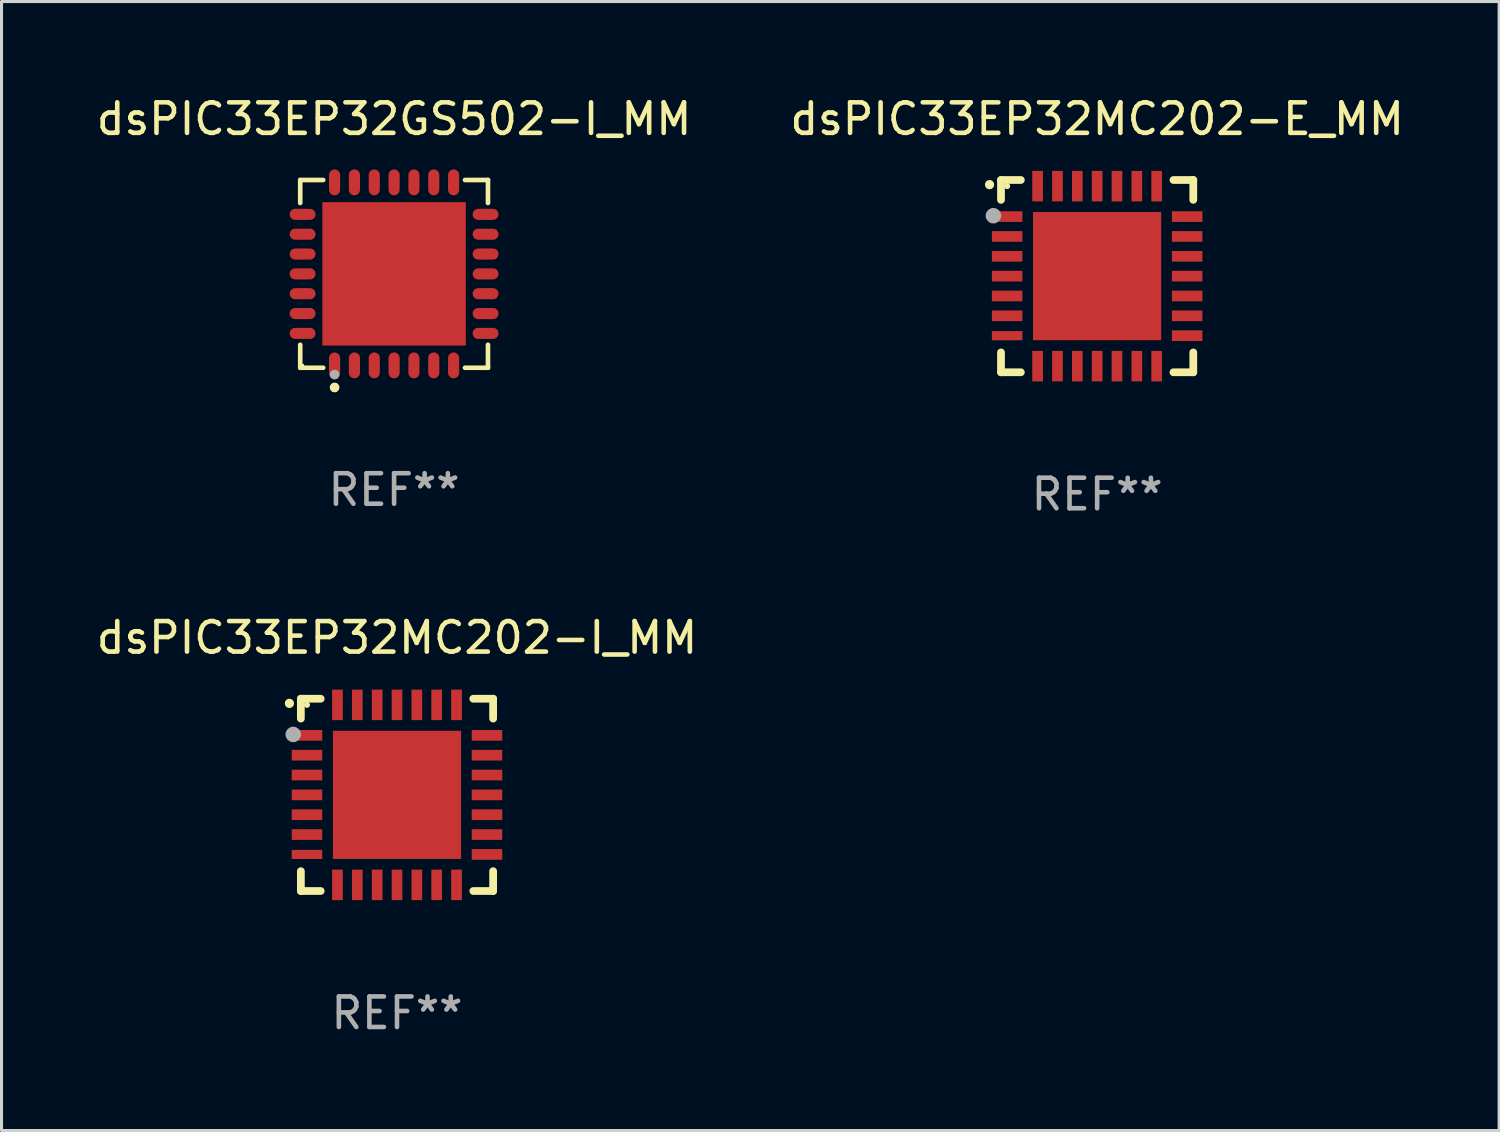
<source format=kicad_pcb>
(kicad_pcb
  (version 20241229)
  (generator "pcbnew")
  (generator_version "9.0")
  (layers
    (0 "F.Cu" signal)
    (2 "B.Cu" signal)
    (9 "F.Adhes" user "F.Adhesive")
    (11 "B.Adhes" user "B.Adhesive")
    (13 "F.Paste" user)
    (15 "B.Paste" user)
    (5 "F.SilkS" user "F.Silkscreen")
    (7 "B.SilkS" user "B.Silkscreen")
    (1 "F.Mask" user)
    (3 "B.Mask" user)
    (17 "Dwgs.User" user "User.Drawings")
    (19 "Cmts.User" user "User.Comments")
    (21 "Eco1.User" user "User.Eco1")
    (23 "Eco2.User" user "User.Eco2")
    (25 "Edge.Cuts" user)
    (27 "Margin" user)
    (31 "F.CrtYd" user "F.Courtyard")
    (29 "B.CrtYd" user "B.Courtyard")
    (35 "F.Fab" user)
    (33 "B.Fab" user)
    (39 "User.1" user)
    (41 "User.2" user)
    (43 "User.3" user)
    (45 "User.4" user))
  (footprint "dsPIC33EP32MC202-E_MM"
    (layer "F.Cu")
    (at 32.899 5.998)
    (property "Reference" "dsPIC33EP32MC202-E_MM" (at 0 -5.15 0) (layer "F.SilkS") (effects (font (size 1 1) (thickness 0.15))))
    (attr through_hole)
    (fp_line (start -3.15 -3.15) (end -2.5 -3.15) (stroke (width 0.254) (type solid)) (layer "F.SilkS"))
    (fp_line (start -3.15 -2.5) (end -3.15 -3.15) (stroke (width 0.254) (type solid)) (layer "F.SilkS"))
    (fp_line (start -3.15 3.15) (end -3.15 2.5) (stroke (width 0.254) (type solid)) (layer "F.SilkS"))
    (fp_line (start -2.5 3.15) (end -3.15 3.15) (stroke (width 0.254) (type solid)) (layer "F.SilkS"))
    (fp_line (start 2.5 -3.15) (end 3.15 -3.15) (stroke (width 0.254) (type solid)) (layer "F.SilkS"))
    (fp_line (start 2.5 3.15) (end 3.15 3.15) (stroke (width 0.254) (type solid)) (layer "F.SilkS"))
    (fp_line (start 3.15 -3.15) (end 3.15 -2.5) (stroke (width 0.254) (type solid)) (layer "F.SilkS"))
    (fp_line (start 3.15 3.15) (end 3.15 2.5) (stroke (width 0.254) (type solid)) (layer "F.SilkS"))
    (fp_arc (start -3.525527 -2.997206) (mid -3.525532 -2.998476) (end -3.525527 -2.999746) (stroke (width 0.3) (type solid)) (layer "F.SilkS"))
    (fp_circle (center -2.95 -2.95) (end -2.9 -2.95) (stroke (width 0.1) (type solid)) (fill no) (layer "F.SilkS"))
    (fp_circle (center -3.4 -1.98) (end -3.273 -1.98) (stroke (width 0.254) (type solid)) (fill no) (layer "F.Fab"))
    (fp_text user "REF**" (at 0 7.15 0) (layer "F.Fab") (effects (font (size 1 1) (thickness 0.15))))
    (pad "1" smd rect (at -2.949 -1.951 90) (size 0.35 1) (layers "F.Cu" "F.Mask" "F.Paste"))
    (pad "2" smd rect (at -2.949 -1.301 90) (size 0.35 1) (layers "F.Cu" "F.Mask" "F.Paste"))
    (pad "3" smd rect (at -2.949 -0.65 90) (size 0.35 1) (layers "F.Cu" "F.Mask" "F.Paste"))
    (pad "4" smd rect (at -2.949 -0.000025 90) (size 0.35 1) (layers "F.Cu" "F.Mask" "F.Paste"))
    (pad "5" smd rect (at -2.949 0.65 90) (size 0.35 1) (layers "F.Cu" "F.Mask" "F.Paste"))
    (pad "6" smd rect (at -2.949 1.3 90) (size 0.35 1) (layers "F.Cu" "F.Mask" "F.Paste"))
    (pad "7" smd rect (at -2.949 1.951 90) (size 0.3 1) (layers "F.Cu" "F.Mask" "F.Paste"))
    (pad "8" smd rect (at -1.951 2.949) (size 0.35 1) (layers "F.Cu" "F.Mask" "F.Paste"))
    (pad "9" smd rect (at -1.301 2.949) (size 0.35 1) (layers "F.Cu" "F.Mask" "F.Paste"))
    (pad "10" smd rect (at -0.65 2.949) (size 0.35 1) (layers "F.Cu" "F.Mask" "F.Paste"))
    (pad "11" smd rect (at -0.000076 2.949) (size 0.35 1) (layers "F.Cu" "F.Mask" "F.Paste"))
    (pad "12" smd rect (at 0.65 2.949) (size 0.35 1) (layers "F.Cu" "F.Mask" "F.Paste"))
    (pad "13" smd rect (at 1.3 2.949) (size 0.35 1) (layers "F.Cu" "F.Mask" "F.Paste"))
    (pad "14" smd rect (at 1.951 2.949) (size 0.35 1) (layers "F.Cu" "F.Mask" "F.Paste"))
    (pad "15" smd rect (at 2.949 1.951 90) (size 0.35 1) (layers "F.Cu" "F.Mask" "F.Paste"))
    (pad "16" smd rect (at 2.949 1.3 90) (size 0.35 1) (layers "F.Cu" "F.Mask" "F.Paste"))
    (pad "17" smd rect (at 2.949 0.65 90) (size 0.35 1) (layers "F.Cu" "F.Mask" "F.Paste"))
    (pad "18" smd rect (at 2.949 -0.000025 90) (size 0.35 1) (layers "F.Cu" "F.Mask" "F.Paste"))
    (pad "19" smd rect (at 2.949 -0.65 90) (size 0.35 1) (layers "F.Cu" "F.Mask" "F.Paste"))
    (pad "20" smd rect (at 2.949 -1.301 90) (size 0.35 1) (layers "F.Cu" "F.Mask" "F.Paste"))
    (pad "21" smd rect (at 2.949 -1.951 90) (size 0.35 1) (layers "F.Cu" "F.Mask" "F.Paste"))
    (pad "22" smd rect (at 1.951 -2.949) (size 0.35 1) (layers "F.Cu" "F.Mask" "F.Paste"))
    (pad "23" smd rect (at 1.3 -2.949) (size 0.35 1) (layers "F.Cu" "F.Mask" "F.Paste"))
    (pad "24" smd rect (at 0.65 -2.949) (size 0.35 1) (layers "F.Cu" "F.Mask" "F.Paste"))
    (pad "25" smd rect (at -0.000076 -2.949) (size 0.35 1) (layers "F.Cu" "F.Mask" "F.Paste"))
    (pad "26" smd rect (at -0.65 -2.949) (size 0.35 1) (layers "F.Cu" "F.Mask" "F.Paste"))
    (pad "27" smd rect (at -1.301 -2.949) (size 0.35 1) (layers "F.Cu" "F.Mask" "F.Paste"))
    (pad "28" smd rect (at -1.951 -2.949) (size 0.35 1) (layers "F.Cu" "F.Mask" "F.Paste"))
    (pad "29" smd rect (at -0.000076 -0.000025) (size 4.2 4.2) (layers "F.Cu" "F.Mask" "F.Paste")))
  (footprint "dsPIC33EP32MC202-I_MM"
    (layer "F.Cu")
    (at 9.958 22.995)
    (property "Reference" "dsPIC33EP32MC202-I_MM" (at 0 -5.15 0) (layer "F.SilkS") (effects (font (size 1 1) (thickness 0.15))))
    (attr through_hole)
    (fp_line (start -3.15 -3.15) (end -2.5 -3.15) (stroke (width 0.254) (type solid)) (layer "F.SilkS"))
    (fp_line (start -3.15 -2.5) (end -3.15 -3.15) (stroke (width 0.254) (type solid)) (layer "F.SilkS"))
    (fp_line (start -3.15 3.15) (end -3.15 2.5) (stroke (width 0.254) (type solid)) (layer "F.SilkS"))
    (fp_line (start -2.5 3.15) (end -3.15 3.15) (stroke (width 0.254) (type solid)) (layer "F.SilkS"))
    (fp_line (start 2.5 -3.15) (end 3.15 -3.15) (stroke (width 0.254) (type solid)) (layer "F.SilkS"))
    (fp_line (start 2.5 3.15) (end 3.15 3.15) (stroke (width 0.254) (type solid)) (layer "F.SilkS"))
    (fp_line (start 3.15 -3.15) (end 3.15 -2.5) (stroke (width 0.254) (type solid)) (layer "F.SilkS"))
    (fp_line (start 3.15 3.15) (end 3.15 2.5) (stroke (width 0.254) (type solid)) (layer "F.SilkS"))
    (fp_arc (start -3.525527 -2.997206) (mid -3.525532 -2.998476) (end -3.525527 -2.999746) (stroke (width 0.3) (type solid)) (layer "F.SilkS"))
    (fp_circle (center -2.95 -2.95) (end -2.9 -2.95) (stroke (width 0.1) (type solid)) (fill no) (layer "F.SilkS"))
    (fp_circle (center -3.4 -1.98) (end -3.273 -1.98) (stroke (width 0.254) (type solid)) (fill no) (layer "F.Fab"))
    (fp_text user "REF**" (at 0 7.15 0) (layer "F.Fab") (effects (font (size 1 1) (thickness 0.15))))
    (pad "1" smd rect (at -2.949 -1.951 90) (size 0.35 1) (layers "F.Cu" "F.Mask" "F.Paste"))
    (pad "2" smd rect (at -2.949 -1.301 90) (size 0.35 1) (layers "F.Cu" "F.Mask" "F.Paste"))
    (pad "3" smd rect (at -2.949 -0.65 90) (size 0.35 1) (layers "F.Cu" "F.Mask" "F.Paste"))
    (pad "4" smd rect (at -2.949 -0.000025 90) (size 0.35 1) (layers "F.Cu" "F.Mask" "F.Paste"))
    (pad "5" smd rect (at -2.949 0.65 90) (size 0.35 1) (layers "F.Cu" "F.Mask" "F.Paste"))
    (pad "6" smd rect (at -2.949 1.3 90) (size 0.35 1) (layers "F.Cu" "F.Mask" "F.Paste"))
    (pad "7" smd rect (at -2.949 1.951 90) (size 0.3 1) (layers "F.Cu" "F.Mask" "F.Paste"))
    (pad "8" smd rect (at -1.951 2.949) (size 0.35 1) (layers "F.Cu" "F.Mask" "F.Paste"))
    (pad "9" smd rect (at -1.301 2.949) (size 0.35 1) (layers "F.Cu" "F.Mask" "F.Paste"))
    (pad "10" smd rect (at -0.65 2.949) (size 0.35 1) (layers "F.Cu" "F.Mask" "F.Paste"))
    (pad "11" smd rect (at -0.000076 2.949) (size 0.35 1) (layers "F.Cu" "F.Mask" "F.Paste"))
    (pad "12" smd rect (at 0.65 2.949) (size 0.35 1) (layers "F.Cu" "F.Mask" "F.Paste"))
    (pad "13" smd rect (at 1.3 2.949) (size 0.35 1) (layers "F.Cu" "F.Mask" "F.Paste"))
    (pad "14" smd rect (at 1.951 2.949) (size 0.35 1) (layers "F.Cu" "F.Mask" "F.Paste"))
    (pad "15" smd rect (at 2.949 1.951 90) (size 0.35 1) (layers "F.Cu" "F.Mask" "F.Paste"))
    (pad "16" smd rect (at 2.949 1.3 90) (size 0.35 1) (layers "F.Cu" "F.Mask" "F.Paste"))
    (pad "17" smd rect (at 2.949 0.65 90) (size 0.35 1) (layers "F.Cu" "F.Mask" "F.Paste"))
    (pad "18" smd rect (at 2.949 -0.000025 90) (size 0.35 1) (layers "F.Cu" "F.Mask" "F.Paste"))
    (pad "19" smd rect (at 2.949 -0.65 90) (size 0.35 1) (layers "F.Cu" "F.Mask" "F.Paste"))
    (pad "20" smd rect (at 2.949 -1.301 90) (size 0.35 1) (layers "F.Cu" "F.Mask" "F.Paste"))
    (pad "21" smd rect (at 2.949 -1.951 90) (size 0.35 1) (layers "F.Cu" "F.Mask" "F.Paste"))
    (pad "22" smd rect (at 1.951 -2.949) (size 0.35 1) (layers "F.Cu" "F.Mask" "F.Paste"))
    (pad "23" smd rect (at 1.3 -2.949) (size 0.35 1) (layers "F.Cu" "F.Mask" "F.Paste"))
    (pad "24" smd rect (at 0.65 -2.949) (size 0.35 1) (layers "F.Cu" "F.Mask" "F.Paste"))
    (pad "25" smd rect (at -0.000076 -2.949) (size 0.35 1) (layers "F.Cu" "F.Mask" "F.Paste"))
    (pad "26" smd rect (at -0.65 -2.949) (size 0.35 1) (layers "F.Cu" "F.Mask" "F.Paste"))
    (pad "27" smd rect (at -1.301 -2.949) (size 0.35 1) (layers "F.Cu" "F.Mask" "F.Paste"))
    (pad "28" smd rect (at -1.951 -2.949) (size 0.35 1) (layers "F.Cu" "F.Mask" "F.Paste"))
    (pad "29" smd rect (at -0.000076 -0.000025) (size 4.2 4.2) (layers "F.Cu" "F.Mask" "F.Paste")))
  (footprint "dsPIC33EP32GS502-I_MM"
    (layer "F.Cu")
    (at 9.863 5.924)
    (property "Reference" "dsPIC33EP32GS502-I_MM" (at 0 -5.076 0) (layer "F.SilkS") (effects (font (size 1 1) (thickness 0.15))))
    (attr through_hole)
    (fp_line (start -3.076 -3.076) (end -2.323 -3.076) (stroke (width 0.152) (type solid)) (layer "F.SilkS"))
    (fp_line (start -3.076 -2.323) (end -3.076 -3.076) (stroke (width 0.152) (type solid)) (layer "F.SilkS"))
    (fp_line (start -3.076 2.323) (end -3.076 3.076) (stroke (width 0.152) (type solid)) (layer "F.SilkS"))
    (fp_line (start -3.076 3.076) (end -2.323 3.076) (stroke (width 0.152) (type solid)) (layer "F.SilkS"))
    (fp_line (start 3.076 -3.076) (end 2.323 -3.076) (stroke (width 0.152) (type solid)) (layer "F.SilkS"))
    (fp_line (start 3.076 -2.323) (end 3.076 -3.076) (stroke (width 0.152) (type solid)) (layer "F.SilkS"))
    (fp_line (start 3.076 2.323) (end 3.076 3.076) (stroke (width 0.152) (type solid)) (layer "F.SilkS"))
    (fp_line (start 3.076 3.076) (end 2.323 3.076) (stroke (width 0.152) (type solid)) (layer "F.SilkS"))
    (fp_circle (center -3 3) (end -2.97 3) (stroke (width 0.06) (type solid)) (fill no) (layer "F.SilkS"))
    (fp_circle (center -1.95 3.722) (end -1.87 3.722) (stroke (width 0.16) (type solid)) (fill no) (layer "F.SilkS"))
    (fp_circle (center -1.95 3.3) (end -1.87 3.3) (stroke (width 0.16) (type solid)) (fill no) (layer "F.Fab"))
    (fp_text user "REF**" (at 0 7.076 0) (layer "F.Fab") (effects (font (size 1 1) (thickness 0.15))))
    (pad "1" smd oval (at -1.95 2.998) (size 0.364 0.847) (layers "F.Cu" "F.Mask" "F.Paste"))
    (pad "2" smd oval (at -1.3 2.998) (size 0.364 0.847) (layers "F.Cu" "F.Mask" "F.Paste"))
    (pad "3" smd oval (at -0.65 2.998) (size 0.364 0.847) (layers "F.Cu" "F.Mask" "F.Paste"))
    (pad "4" smd oval (at 0 2.998) (size 0.364 0.847) (layers "F.Cu" "F.Mask" "F.Paste"))
    (pad "5" smd oval (at 0.65 2.998) (size 0.364 0.847) (layers "F.Cu" "F.Mask" "F.Paste"))
    (pad "6" smd oval (at 1.3 2.998) (size 0.364 0.847) (layers "F.Cu" "F.Mask" "F.Paste"))
    (pad "7" smd oval (at 1.95 2.998) (size 0.364 0.847) (layers "F.Cu" "F.Mask" "F.Paste"))
    (pad "8" smd oval (at 2.998 1.95) (size 0.847 0.364) (layers "F.Cu" "F.Mask" "F.Paste"))
    (pad "9" smd oval (at 2.998 1.3) (size 0.847 0.364) (layers "F.Cu" "F.Mask" "F.Paste"))
    (pad "10" smd oval (at 2.998 0.65) (size 0.847 0.364) (layers "F.Cu" "F.Mask" "F.Paste"))
    (pad "11" smd oval (at 2.998 0) (size 0.847 0.364) (layers "F.Cu" "F.Mask" "F.Paste"))
    (pad "12" smd oval (at 2.998 -0.65) (size 0.847 0.364) (layers "F.Cu" "F.Mask" "F.Paste"))
    (pad "13" smd oval (at 2.998 -1.3) (size 0.847 0.364) (layers "F.Cu" "F.Mask" "F.Paste"))
    (pad "14" smd oval (at 2.998 -1.95) (size 0.847 0.364) (layers "F.Cu" "F.Mask" "F.Paste"))
    (pad "15" smd oval (at 1.95 -2.998) (size 0.364 0.847) (layers "F.Cu" "F.Mask" "F.Paste"))
    (pad "16" smd oval (at 1.3 -2.998) (size 0.364 0.847) (layers "F.Cu" "F.Mask" "F.Paste"))
    (pad "17" smd oval (at 0.65 -2.998) (size 0.364 0.847) (layers "F.Cu" "F.Mask" "F.Paste"))
    (pad "18" smd oval (at 0 -2.998) (size 0.364 0.847) (layers "F.Cu" "F.Mask" "F.Paste"))
    (pad "19" smd oval (at -0.65 -2.998) (size 0.364 0.847) (layers "F.Cu" "F.Mask" "F.Paste"))
    (pad "20" smd oval (at -1.3 -2.998) (size 0.364 0.847) (layers "F.Cu" "F.Mask" "F.Paste"))
    (pad "21" smd oval (at -1.95 -2.998) (size 0.364 0.847) (layers "F.Cu" "F.Mask" "F.Paste"))
    (pad "22" smd oval (at -2.998 -1.95) (size 0.847 0.364) (layers "F.Cu" "F.Mask" "F.Paste"))
    (pad "23" smd oval (at -2.998 -1.3) (size 0.847 0.364) (layers "F.Cu" "F.Mask" "F.Paste"))
    (pad "24" smd oval (at -2.998 -0.65) (size 0.847 0.364) (layers "F.Cu" "F.Mask" "F.Paste"))
    (pad "25" smd oval (at -2.998 0) (size 0.847 0.364) (layers "F.Cu" "F.Mask" "F.Paste"))
    (pad "26" smd oval (at -2.998 0.65) (size 0.847 0.364) (layers "F.Cu" "F.Mask" "F.Paste"))
    (pad "27" smd oval (at -2.998 1.3) (size 0.847 0.364) (layers "F.Cu" "F.Mask" "F.Paste"))
    (pad "28" smd oval (at -2.998 1.95) (size 0.847 0.364) (layers "F.Cu" "F.Mask" "F.Paste"))
    (pad "29" smd rect (at 0 0) (size 4.7 4.7) (layers "F.Cu" "F.Mask" "F.Paste")))
  (gr_rect
    (start -3 -3)
    (end 46.071 33.993)
    (stroke (width 0.1) (type default))
    (fill no)
    (layer "Edge.Cuts")))
</source>
